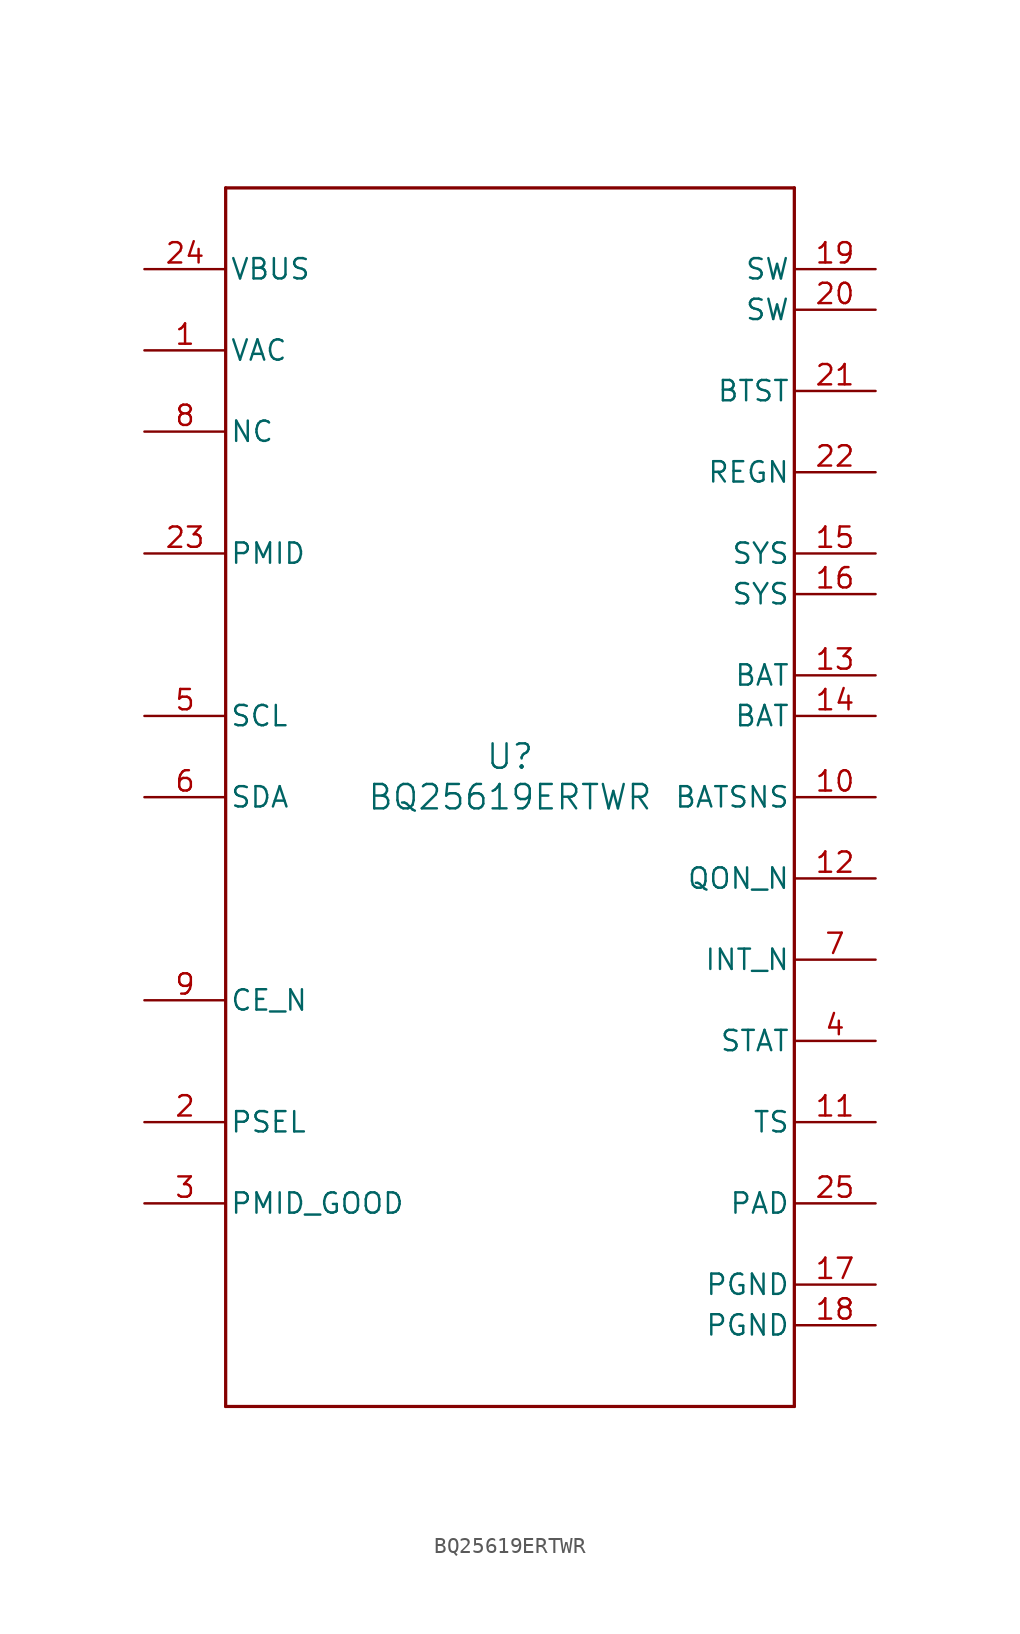
<source format=kicad_sym>
(kicad_symbol_lib
  (version 20211014)
  (generator kicad_symbol_editor)
  (symbol "BQ25619ERTWR"
    (pin_names
      (offset 0.254))
    (property "Reference" "U"
      (at 0 2.54 0)
      (effects (font (size 1.524 1.524))))
    (property "Value" "BQ25619ERTWR"
      (at 0 0 0)
      (effects (font (size 1.524 1.524))))
    (symbol "BQ25619ERTWR_0_1"
      (polyline (pts (xy -17.78 -38.1) (xy 17.78 -38.1)) (stroke (width 0.203) (type default) (color 0 0 0 0)) (fill (type none)))
      (polyline (pts (xy 17.78 -38.1) (xy 17.78 38.1)) (stroke (width 0.203) (type default) (color 0 0 0 0)) (fill (type none)))
      (polyline (pts (xy 17.78 38.1) (xy -17.78 38.1)) (stroke (width 0.203) (type default) (color 0 0 0 0)) (fill (type none)))
      (polyline (pts (xy -17.78 38.1) (xy -17.78 -38.1)) (stroke (width 0.203) (type default) (color 0 0 0 0)) (fill (type none)))
      (pin power_in line (at -22.86 27.94 0) (length 5.08) (name "VAC" (effects (font (size 1.27 1.27)))) (number "1" (effects (font (size 1.27 1.27)))))
      (pin unspecified line (at -22.86 -20.32 0) (length 5.08) (name "PSEL" (effects (font (size 1.27 1.27)))) (number "2" (effects (font (size 1.27 1.27)))))
      (pin unspecified line (at -22.86 -25.4 0) (length 5.08) (name "PMID_GOOD" (effects (font (size 1.27 1.27)))) (number "3" (effects (font (size 1.27 1.27)))))
      (pin unspecified line (at 22.86 -15.24 180) (length 5.08) (name "STAT" (effects (font (size 1.27 1.27)))) (number "4" (effects (font (size 1.27 1.27)))))
      (pin unspecified line (at -22.86 5.08 0) (length 5.08) (name "SCL" (effects (font (size 1.27 1.27)))) (number "5" (effects (font (size 1.27 1.27)))))
      (pin unspecified line (at -22.86 0 0) (length 5.08) (name "SDA" (effects (font (size 1.27 1.27)))) (number "6" (effects (font (size 1.27 1.27)))))
      (pin unspecified line (at 22.86 -10.16 180) (length 5.08) (name "INT_N" (effects (font (size 1.27 1.27)))) (number "7" (effects (font (size 1.27 1.27)))))
      (pin unspecified line (at -22.86 22.86 0) (length 5.08) (name "NC" (effects (font (size 1.27 1.27)))) (number "8" (effects (font (size 1.27 1.27)))))
      (pin unspecified line (at -22.86 -12.7 0) (length 5.08) (name "CE_N" (effects (font (size 1.27 1.27)))) (number "9" (effects (font (size 1.27 1.27)))))
      (pin unspecified line (at 22.86 0 180) (length 5.08) (name "BATSNS" (effects (font (size 1.27 1.27)))) (number "10" (effects (font (size 1.27 1.27)))))
      (pin unspecified line (at 22.86 -20.32 180) (length 5.08) (name "TS" (effects (font (size 1.27 1.27)))) (number "11" (effects (font (size 1.27 1.27)))))
      (pin unspecified line (at 22.86 -5.08 180) (length 5.08) (name "QON_N" (effects (font (size 1.27 1.27)))) (number "12" (effects (font (size 1.27 1.27)))))
      (pin power_in line (at 22.86 7.62 180) (length 5.08) (name "BAT" (effects (font (size 1.27 1.27)))) (number "13" (effects (font (size 1.27 1.27)))))
      (pin power_in line (at 22.86 5.08 180) (length 5.08) (name "BAT" (effects (font (size 1.27 1.27)))) (number "14" (effects (font (size 1.27 1.27)))))
      (pin power_in line (at 22.86 15.24 180) (length 5.08) (name "SYS" (effects (font (size 1.27 1.27)))) (number "15" (effects (font (size 1.27 1.27)))))
      (pin power_in line (at 22.86 12.7 180) (length 5.08) (name "SYS" (effects (font (size 1.27 1.27)))) (number "16" (effects (font (size 1.27 1.27)))))
      (pin power_in line (at 22.86 -30.48 180) (length 5.08) (name "PGND" (effects (font (size 1.27 1.27)))) (number "17" (effects (font (size 1.27 1.27)))))
      (pin power_in line (at 22.86 -33.02 180) (length 5.08) (name "PGND" (effects (font (size 1.27 1.27)))) (number "18" (effects (font (size 1.27 1.27)))))
      (pin power_in line (at 22.86 33.02 180) (length 5.08) (name "SW" (effects (font (size 1.27 1.27)))) (number "19" (effects (font (size 1.27 1.27)))))
      (pin power_in line (at 22.86 30.48 180) (length 5.08) (name "SW" (effects (font (size 1.27 1.27)))) (number "20" (effects (font (size 1.27 1.27)))))
      (pin power_in line (at 22.86 25.4 180) (length 5.08) (name "BTST" (effects (font (size 1.27 1.27)))) (number "21" (effects (font (size 1.27 1.27)))))
      (pin power_in line (at 22.86 20.32 180) (length 5.08) (name "REGN" (effects (font (size 1.27 1.27)))) (number "22" (effects (font (size 1.27 1.27)))))
      (pin unspecified line (at -22.86 15.24 0) (length 5.08) (name "PMID" (effects (font (size 1.27 1.27)))) (number "23" (effects (font (size 1.27 1.27)))))
      (pin power_in line (at -22.86 33.02 0) (length 5.08) (name "VBUS" (effects (font (size 1.27 1.27)))) (number "24" (effects (font (size 1.27 1.27)))))
      (pin unspecified line (at 22.86 -25.4 180) (length 5.08) (name "PAD" (effects (font (size 1.27 1.27)))) (number "25" (effects (font (size 1.27 1.27))))))))
</source>
